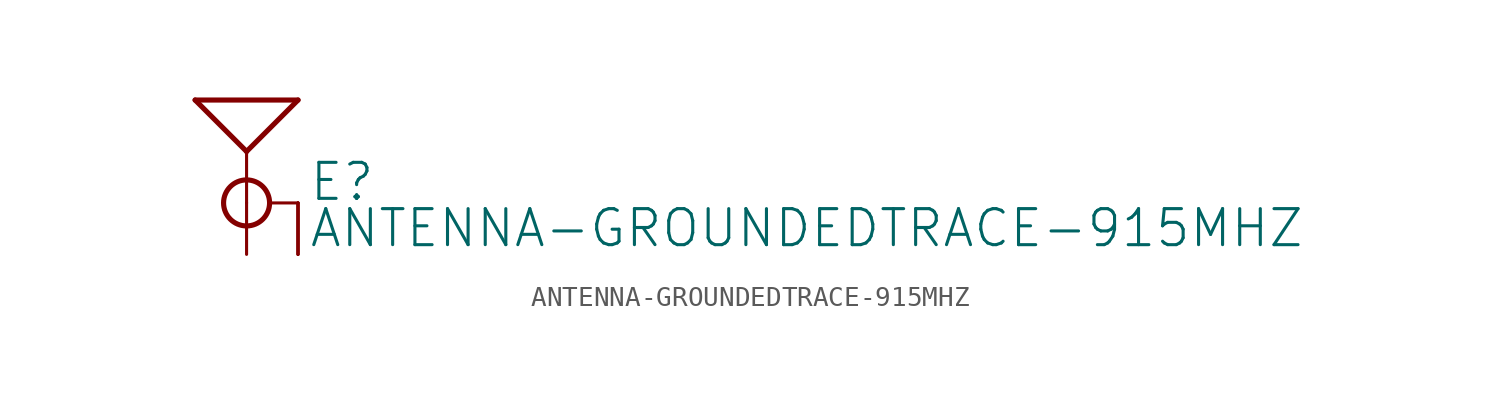
<source format=kicad_sym>
(kicad_symbol_lib
  (version 20211014)
  (generator kicad_symbol_editor)
  (symbol "ANTENNA-GROUNDEDTRACE-915MHZ"
    (property "Reference" "E"
      (at 3.048 0 0)
      (effects (font (size 1.778 1.778)) (justify left bottom)))
    (property "Value" "ANTENNA-GROUNDEDTRACE-915MHZ"
      (at 3.048 -2.286 0)
      (effects (font (size 1.778 1.778)) (justify left bottom)))
    (property "ki_locked" ""
      (at 0 0 0)
      (effects (font (size 1.27 1.27))))
    (symbol "ANTENNA-GROUNDEDTRACE-915MHZ_1_0"
      (polyline (pts (xy -2.54 5.08) (xy 2.54 5.08)) (stroke (width 0.254) (type default) (color 0 0 0 0)) (fill (type none)))
      (polyline (pts (xy 0 2.54) (xy -2.54 5.08)) (stroke (width 0.254) (type default) (color 0 0 0 0)) (fill (type none)))
      (polyline (pts (xy 0 2.54) (xy 0 0)) (stroke (width 0.152) (type default) (color 0 0 0 0)) (fill (type none)))
      (polyline (pts (xy 0 2.54) (xy 2.54 5.08)) (stroke (width 0.254) (type default) (color 0 0 0 0)) (fill (type none)))
      (polyline (pts (xy 1.27 0) (xy 2.54 0)) (stroke (width 0.152) (type default) (color 0 0 0 0)) (fill (type none)))
      (circle (center 0 0) (radius 1.136) (stroke (width 0.254) (type default) (color 0 0 0 0)) (fill (type none)))
      (pin bidirectional line (at 0 -2.54 90) (length 2.54) (name "SIGNAL" (effects (font (size 0 0)))) (number "ANT" (effects (font (size 0 0)))))
      (pin bidirectional line (at 2.54 -2.54 90) (length 2.54) (name "GND" (effects (font (size 0 0)))) (number "GND@1" (effects (font (size 0 0)))))
      (pin bidirectional line (at 2.54 -2.54 90) (length 2.54) (name "GND" (effects (font (size 0 0)))) (number "GND@2" (effects (font (size 0 0)))))
      (pin bidirectional line (at 2.54 -2.54 90) (length 2.54) (name "GND" (effects (font (size 0 0)))) (number "GND@3" (effects (font (size 0 0))))))))
</source>
